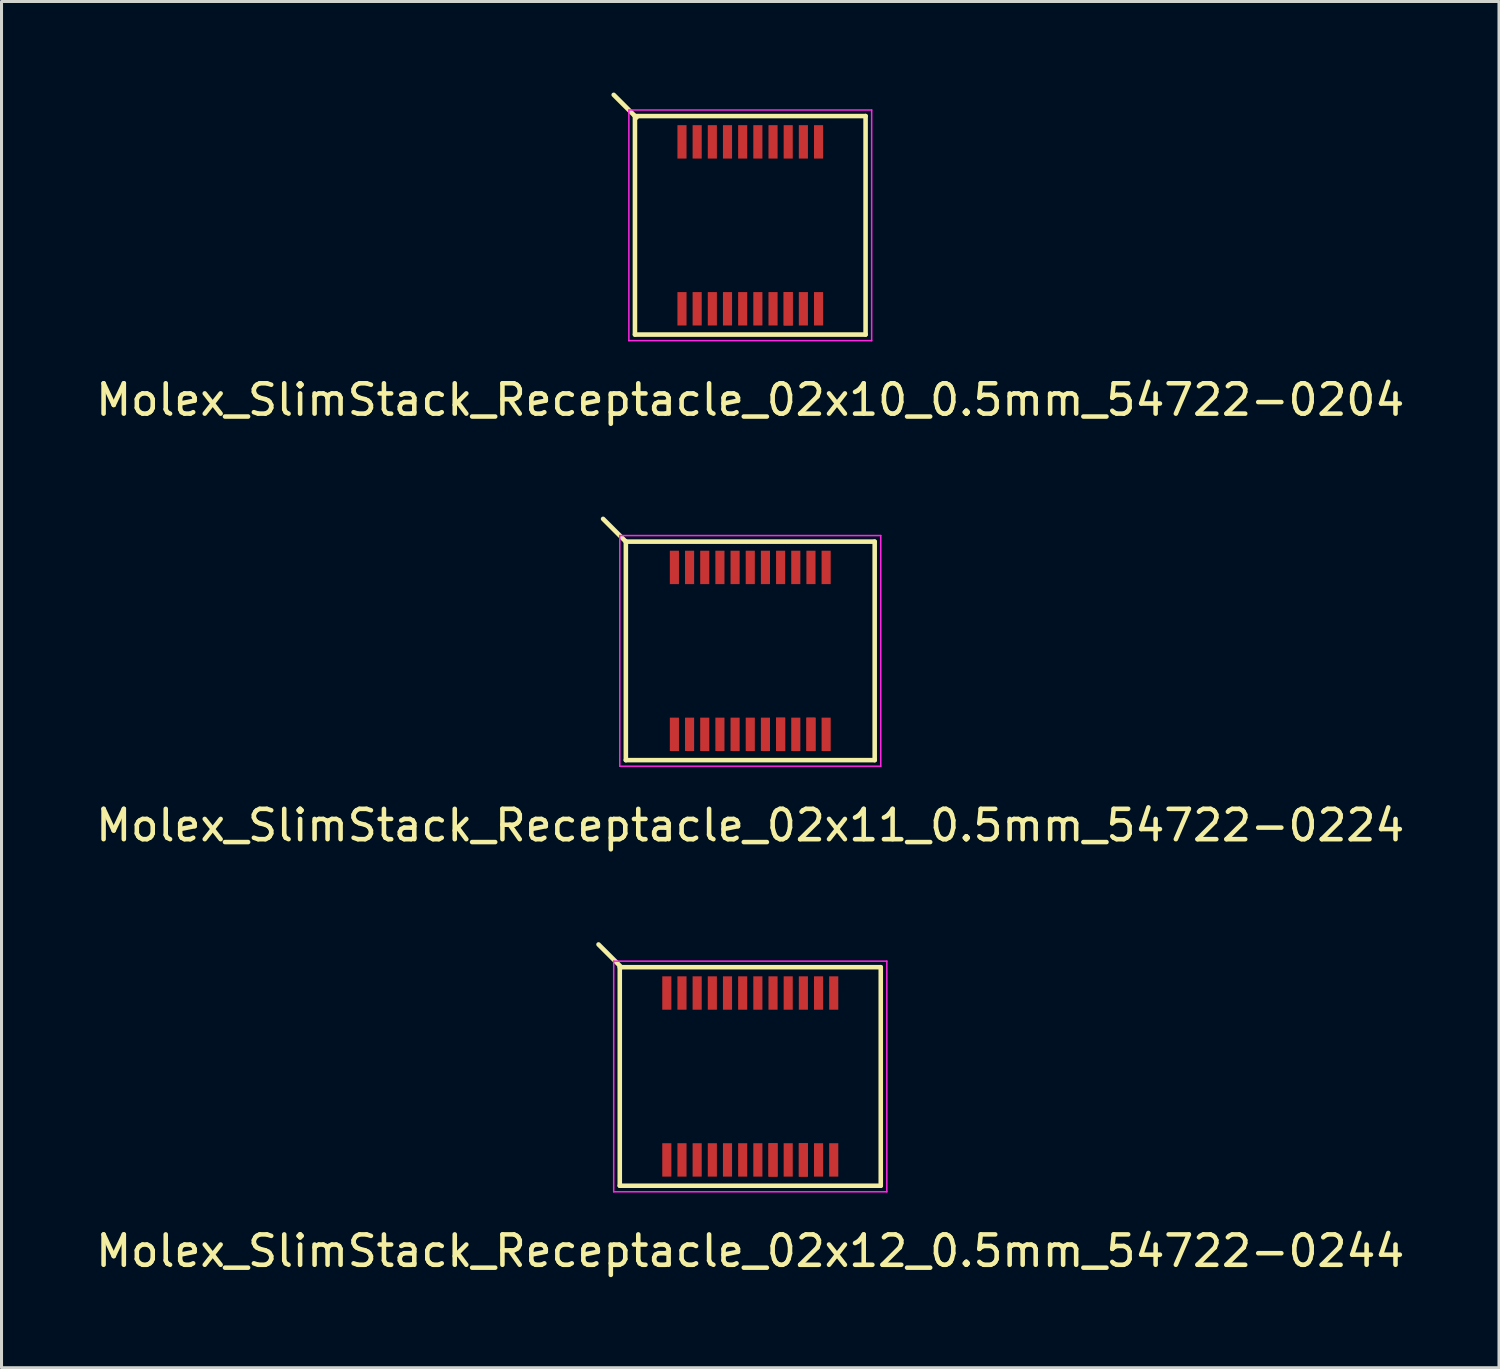
<source format=kicad_pcb>
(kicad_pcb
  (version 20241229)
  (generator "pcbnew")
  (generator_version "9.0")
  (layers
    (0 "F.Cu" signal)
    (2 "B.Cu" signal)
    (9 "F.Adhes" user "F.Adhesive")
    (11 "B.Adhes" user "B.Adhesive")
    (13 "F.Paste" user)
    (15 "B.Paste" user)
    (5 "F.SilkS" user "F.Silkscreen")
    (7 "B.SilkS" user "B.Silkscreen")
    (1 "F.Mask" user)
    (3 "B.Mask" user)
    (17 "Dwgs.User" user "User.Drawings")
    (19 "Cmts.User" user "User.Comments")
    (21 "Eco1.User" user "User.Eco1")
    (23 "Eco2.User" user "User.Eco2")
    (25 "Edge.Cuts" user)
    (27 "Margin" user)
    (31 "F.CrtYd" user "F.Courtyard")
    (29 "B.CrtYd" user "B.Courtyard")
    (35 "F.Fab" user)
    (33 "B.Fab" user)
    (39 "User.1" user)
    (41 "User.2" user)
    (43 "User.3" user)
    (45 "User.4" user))
  (footprint "Molex_SlimStack_Receptacle_02x12_0.5mm_54722-0244"
    (layer "F.Cu")
    (at 21.673 32.422)
    (property "Reference" "Molex_SlimStack_Receptacle_02x12_0.5mm_54722-0244" (at 0 5.75 0) (layer "F.SilkS") (effects (font (size 1 1) (thickness 0.15))))
    (attr smd)
    (fp_line (start -4.3 -3.6) (end -4.3 3.6) (stroke (width 0.15) (type solid)) (layer "F.SilkS"))
    (fp_line (start -4.3 3.6) (end 4.3 3.6) (stroke (width 0.15) (type solid)) (layer "F.SilkS"))
    (fp_line (start -4.25 -3.6) (end -5 -4.35) (stroke (width 0.15) (type solid)) (layer "F.SilkS"))
    (fp_line (start 4.3 -3.6) (end -4.3 -3.6) (stroke (width 0.15) (type solid)) (layer "F.SilkS"))
    (fp_line (start 4.3 3.6) (end 4.3 -3.6) (stroke (width 0.15) (type solid)) (layer "F.SilkS"))
    (fp_line (start -4.5 -3.8) (end -4.5 3.8) (stroke (width 0.05) (type solid)) (layer "F.CrtYd"))
    (fp_line (start -4.5 3.8) (end 4.5 3.8) (stroke (width 0.05) (type solid)) (layer "F.CrtYd"))
    (fp_line (start 4.5 -3.8) (end -4.5 -3.8) (stroke (width 0.05) (type solid)) (layer "F.CrtYd"))
    (fp_line (start 4.5 3.8) (end 4.5 -3.8) (stroke (width 0.05) (type solid)) (layer "F.CrtYd"))
    (pad "1" smd rect (at -2.75 -2.75) (size 0.3 1.1) (layers "F.Cu" "F.Mask" "F.Paste"))
    (pad "2" smd rect (at -2.75 2.75) (size 0.3 1.1) (layers "F.Cu" "F.Mask" "F.Paste"))
    (pad "3" smd rect (at -2.25 -2.75) (size 0.3 1.1) (layers "F.Cu" "F.Mask" "F.Paste"))
    (pad "4" smd rect (at -2.25 2.75) (size 0.3 1.1) (layers "F.Cu" "F.Mask" "F.Paste"))
    (pad "5" smd rect (at -1.75 -2.75) (size 0.3 1.1) (layers "F.Cu" "F.Mask" "F.Paste"))
    (pad "6" smd rect (at -1.75 2.75) (size 0.3 1.1) (layers "F.Cu" "F.Mask" "F.Paste"))
    (pad "7" smd rect (at -1.25 -2.75) (size 0.3 1.1) (layers "F.Cu" "F.Mask" "F.Paste"))
    (pad "8" smd rect (at -1.25 2.75) (size 0.3 1.1) (layers "F.Cu" "F.Mask" "F.Paste"))
    (pad "9" smd rect (at -0.75 -2.75) (size 0.3 1.1) (layers "F.Cu" "F.Mask" "F.Paste"))
    (pad "10" smd rect (at -0.75 2.75) (size 0.3 1.1) (layers "F.Cu" "F.Mask" "F.Paste"))
    (pad "11" smd rect (at -0.25 -2.75) (size 0.3 1.1) (layers "F.Cu" "F.Mask" "F.Paste"))
    (pad "12" smd rect (at -0.25 2.75) (size 0.3 1.1) (layers "F.Cu" "F.Mask" "F.Paste"))
    (pad "13" smd rect (at 0.25 -2.75) (size 0.3 1.1) (layers "F.Cu" "F.Mask" "F.Paste"))
    (pad "14" smd rect (at 0.25 2.75) (size 0.3 1.1) (layers "F.Cu" "F.Mask" "F.Paste"))
    (pad "15" smd rect (at 0.75 -2.75) (size 0.3 1.1) (layers "F.Cu" "F.Mask" "F.Paste"))
    (pad "16" smd rect (at 0.75 2.75) (size 0.3 1.1) (layers "F.Cu" "F.Mask" "F.Paste"))
    (pad "16" smd rect (at 0.75 2.75) (size 0.3 1.1) (layers "F.Cu" "F.Mask" "F.Paste"))
    (pad "17" smd rect (at 1.25 -2.75) (size 0.3 1.1) (layers "F.Cu" "F.Mask" "F.Paste"))
    (pad "18" smd rect (at 1.25 2.75) (size 0.3 1.1) (layers "F.Cu" "F.Mask" "F.Paste"))
    (pad "19" smd rect (at 1.75 -2.75) (size 0.3 1.1) (layers "F.Cu" "F.Mask" "F.Paste"))
    (pad "20" smd rect (at 1.75 2.75) (size 0.3 1.1) (layers "F.Cu" "F.Mask" "F.Paste"))
    (pad "20" smd rect (at 1.75 2.75) (size 0.3 1.1) (layers "F.Cu" "F.Mask" "F.Paste"))
    (pad "21" smd rect (at 2.25 -2.75) (size 0.3 1.1) (layers "F.Cu" "F.Mask" "F.Paste"))
    (pad "22" smd rect (at 2.25 2.75) (size 0.3 1.1) (layers "F.Cu" "F.Mask" "F.Paste"))
    (pad "23" smd rect (at 2.75 -2.75) (size 0.3 1.1) (layers "F.Cu" "F.Mask" "F.Paste"))
    (pad "24" smd rect (at 2.75 2.75) (size 0.3 1.1) (layers "F.Cu" "F.Mask" "F.Paste")))
  (footprint "Molex_SlimStack_Receptacle_02x10_0.5mm_54722-0204"
    (layer "F.Cu")
    (at 21.673 4.375)
    (property "Reference" "Molex_SlimStack_Receptacle_02x10_0.5mm_54722-0204" (at 0 5.75 0) (layer "F.SilkS") (effects (font (size 1 1) (thickness 0.15))))
    (attr smd)
    (fp_line (start -3.8 -3.6) (end -3.8 3.6) (stroke (width 0.15) (type solid)) (layer "F.SilkS"))
    (fp_line (start -3.8 3.6) (end 3.8 3.6) (stroke (width 0.15) (type solid)) (layer "F.SilkS"))
    (fp_line (start -3.75 -3.55) (end -4.5 -4.3) (stroke (width 0.15) (type solid)) (layer "F.SilkS"))
    (fp_line (start 3.8 -3.6) (end -3.8 -3.6) (stroke (width 0.15) (type solid)) (layer "F.SilkS"))
    (fp_line (start 3.8 3.6) (end 3.8 -3.6) (stroke (width 0.15) (type solid)) (layer "F.SilkS"))
    (fp_line (start -4 -3.8) (end -4 3.8) (stroke (width 0.05) (type solid)) (layer "F.CrtYd"))
    (fp_line (start -4 3.8) (end 4 3.8) (stroke (width 0.05) (type solid)) (layer "F.CrtYd"))
    (fp_line (start 4 -3.8) (end -4 -3.8) (stroke (width 0.05) (type solid)) (layer "F.CrtYd"))
    (fp_line (start 4 3.8) (end 4 -3.8) (stroke (width 0.05) (type solid)) (layer "F.CrtYd"))
    (pad "1" smd rect (at -2.25 -2.75) (size 0.3 1.1) (layers "F.Cu" "F.Mask" "F.Paste"))
    (pad "2" smd rect (at -2.25 2.75) (size 0.3 1.1) (layers "F.Cu" "F.Mask" "F.Paste"))
    (pad "3" smd rect (at -1.75 -2.75) (size 0.3 1.1) (layers "F.Cu" "F.Mask" "F.Paste"))
    (pad "4" smd rect (at -1.75 2.75) (size 0.3 1.1) (layers "F.Cu" "F.Mask" "F.Paste"))
    (pad "5" smd rect (at -1.25 -2.75) (size 0.3 1.1) (layers "F.Cu" "F.Mask" "F.Paste"))
    (pad "6" smd rect (at -1.25 2.75) (size 0.3 1.1) (layers "F.Cu" "F.Mask" "F.Paste"))
    (pad "7" smd rect (at -0.75 -2.75) (size 0.3 1.1) (layers "F.Cu" "F.Mask" "F.Paste"))
    (pad "8" smd rect (at -0.75 2.75) (size 0.3 1.1) (layers "F.Cu" "F.Mask" "F.Paste"))
    (pad "9" smd rect (at -0.25 -2.75) (size 0.3 1.1) (layers "F.Cu" "F.Mask" "F.Paste"))
    (pad "10" smd rect (at -0.25 2.75) (size 0.3 1.1) (layers "F.Cu" "F.Mask" "F.Paste"))
    (pad "11" smd rect (at 0.25 -2.75) (size 0.3 1.1) (layers "F.Cu" "F.Mask" "F.Paste"))
    (pad "12" smd rect (at 0.25 2.75) (size 0.3 1.1) (layers "F.Cu" "F.Mask" "F.Paste"))
    (pad "13" smd rect (at 0.75 -2.75) (size 0.3 1.1) (layers "F.Cu" "F.Mask" "F.Paste"))
    (pad "14" smd rect (at 0.75 2.75) (size 0.3 1.1) (layers "F.Cu" "F.Mask" "F.Paste"))
    (pad "15" smd rect (at 1.25 -2.75) (size 0.3 1.1) (layers "F.Cu" "F.Mask" "F.Paste"))
    (pad "16" smd rect (at 1.25 2.75) (size 0.3 1.1) (layers "F.Cu" "F.Mask" "F.Paste"))
    (pad "16" smd rect (at 1.25 2.75) (size 0.3 1.1) (layers "F.Cu" "F.Mask" "F.Paste"))
    (pad "17" smd rect (at 1.75 -2.75) (size 0.3 1.1) (layers "F.Cu" "F.Mask" "F.Paste"))
    (pad "18" smd rect (at 1.75 2.75) (size 0.3 1.1) (layers "F.Cu" "F.Mask" "F.Paste"))
    (pad "19" smd rect (at 2.25 -2.75) (size 0.3 1.1) (layers "F.Cu" "F.Mask" "F.Paste"))
    (pad "20" smd rect (at 2.25 2.75) (size 0.3 1.1) (layers "F.Cu" "F.Mask" "F.Paste")))
  (footprint "Molex_SlimStack_Receptacle_02x11_0.5mm_54722-0224"
    (layer "F.Cu")
    (at 21.673 18.398)
    (property "Reference" "Molex_SlimStack_Receptacle_02x11_0.5mm_54722-0224" (at 0 5.75 0) (layer "F.SilkS") (effects (font (size 1 1) (thickness 0.15))))
    (attr smd)
    (fp_line (start -4.1 -3.6) (end -4.85 -4.35) (stroke (width 0.15) (type solid)) (layer "F.SilkS"))
    (fp_line (start -4.1 -3.6) (end -4.1 3.6) (stroke (width 0.15) (type solid)) (layer "F.SilkS"))
    (fp_line (start -4.1 3.6) (end 4.1 3.6) (stroke (width 0.15) (type solid)) (layer "F.SilkS"))
    (fp_line (start 4.1 -3.6) (end -4.1 -3.6) (stroke (width 0.15) (type solid)) (layer "F.SilkS"))
    (fp_line (start 4.1 3.6) (end 4.1 -3.6) (stroke (width 0.15) (type solid)) (layer "F.SilkS"))
    (fp_line (start -4.3 -3.8) (end -4.3 3.8) (stroke (width 0.05) (type solid)) (layer "F.CrtYd"))
    (fp_line (start -4.3 3.8) (end 4.3 3.8) (stroke (width 0.05) (type solid)) (layer "F.CrtYd"))
    (fp_line (start 4.3 -3.8) (end -4.3 -3.8) (stroke (width 0.05) (type solid)) (layer "F.CrtYd"))
    (fp_line (start 4.3 3.8) (end 4.3 -3.8) (stroke (width 0.05) (type solid)) (layer "F.CrtYd"))
    (pad "1" smd rect (at -2.5 -2.75) (size 0.3 1.1) (layers "F.Cu" "F.Mask" "F.Paste"))
    (pad "2" smd rect (at -2.5 2.75) (size 0.3 1.1) (layers "F.Cu" "F.Mask" "F.Paste"))
    (pad "3" smd rect (at -2 -2.75) (size 0.3 1.1) (layers "F.Cu" "F.Mask" "F.Paste"))
    (pad "4" smd rect (at -2 2.75) (size 0.3 1.1) (layers "F.Cu" "F.Mask" "F.Paste"))
    (pad "5" smd rect (at -1.5 -2.75) (size 0.3 1.1) (layers "F.Cu" "F.Mask" "F.Paste"))
    (pad "6" smd rect (at -1.5 2.75) (size 0.3 1.1) (layers "F.Cu" "F.Mask" "F.Paste"))
    (pad "7" smd rect (at -1 -2.75) (size 0.3 1.1) (layers "F.Cu" "F.Mask" "F.Paste"))
    (pad "8" smd rect (at -1 2.75) (size 0.3 1.1) (layers "F.Cu" "F.Mask" "F.Paste"))
    (pad "9" smd rect (at -0.5 -2.75) (size 0.3 1.1) (layers "F.Cu" "F.Mask" "F.Paste"))
    (pad "10" smd rect (at -0.5 2.75) (size 0.3 1.1) (layers "F.Cu" "F.Mask" "F.Paste"))
    (pad "11" smd rect (at 0 -2.75) (size 0.3 1.1) (layers "F.Cu" "F.Mask" "F.Paste"))
    (pad "12" smd rect (at 0 2.75) (size 0.3 1.1) (layers "F.Cu" "F.Mask" "F.Paste"))
    (pad "13" smd rect (at 0.5 -2.75) (size 0.3 1.1) (layers "F.Cu" "F.Mask" "F.Paste"))
    (pad "14" smd rect (at 0.5 2.75) (size 0.3 1.1) (layers "F.Cu" "F.Mask" "F.Paste"))
    (pad "15" smd rect (at 1 -2.75) (size 0.3 1.1) (layers "F.Cu" "F.Mask" "F.Paste"))
    (pad "16" smd rect (at 1 2.75) (size 0.3 1.1) (layers "F.Cu" "F.Mask" "F.Paste"))
    (pad "16" smd rect (at 1 2.75) (size 0.3 1.1) (layers "F.Cu" "F.Mask" "F.Paste"))
    (pad "17" smd rect (at 1.5 -2.75) (size 0.3 1.1) (layers "F.Cu" "F.Mask" "F.Paste"))
    (pad "18" smd rect (at 1.5 2.75) (size 0.3 1.1) (layers "F.Cu" "F.Mask" "F.Paste"))
    (pad "19" smd rect (at 2 -2.75) (size 0.3 1.1) (layers "F.Cu" "F.Mask" "F.Paste"))
    (pad "20" smd rect (at 2 2.75) (size 0.3 1.1) (layers "F.Cu" "F.Mask" "F.Paste"))
    (pad "20" smd rect (at 2 2.75) (size 0.3 1.1) (layers "F.Cu" "F.Mask" "F.Paste"))
    (pad "21" smd rect (at 2.5 -2.75) (size 0.3 1.1) (layers "F.Cu" "F.Mask" "F.Paste"))
    (pad "22" smd rect (at 2.5 2.75) (size 0.3 1.1) (layers "F.Cu" "F.Mask" "F.Paste")))
  (gr_rect
    (start -3 -3)
    (end 46.345 42.02)
    (stroke (width 0.1) (type default))
    (fill no)
    (layer "Edge.Cuts")))
</source>
